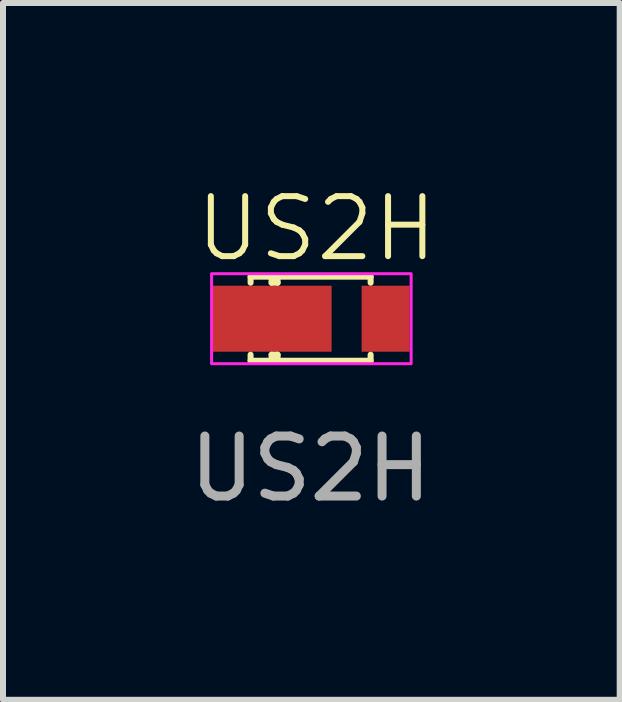
<source format=kicad_pcb>
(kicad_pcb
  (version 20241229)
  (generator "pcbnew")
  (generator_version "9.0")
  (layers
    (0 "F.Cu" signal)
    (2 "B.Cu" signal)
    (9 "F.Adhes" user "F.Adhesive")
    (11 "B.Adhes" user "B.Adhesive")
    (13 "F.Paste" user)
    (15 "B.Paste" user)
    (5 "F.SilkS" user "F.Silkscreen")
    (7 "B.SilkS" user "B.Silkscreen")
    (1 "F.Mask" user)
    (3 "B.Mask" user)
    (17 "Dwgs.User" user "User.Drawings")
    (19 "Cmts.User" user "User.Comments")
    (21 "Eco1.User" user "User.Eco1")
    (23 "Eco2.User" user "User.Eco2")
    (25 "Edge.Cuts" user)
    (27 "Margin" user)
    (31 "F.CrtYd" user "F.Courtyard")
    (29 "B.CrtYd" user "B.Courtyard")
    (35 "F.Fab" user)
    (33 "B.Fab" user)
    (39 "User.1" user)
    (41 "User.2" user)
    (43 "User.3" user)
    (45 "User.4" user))
  (footprint "US2H"
    (layer "F.Cu")
    (at 2.125 2.26)
    (property "Reference" "US2H" (at 0.1 -1.5 0) (unlocked yes) (layer "F.SilkS") (effects (font (size 1 1) (thickness 0.1))))
    (attr smd)
    (fp_line (start -1 -0.7) (end 1 -0.7) (stroke (width 0.1) (type default)) (layer "F.SilkS"))
    (fp_line (start -1 -0.6) (end -1 -0.7) (stroke (width 0.1) (type default)) (layer "F.SilkS"))
    (fp_line (start -1 0.7) (end -1 0.6) (stroke (width 0.1) (type default)) (layer "F.SilkS"))
    (fp_line (start -0.65 -0.7) (end -0.65 -0.6) (stroke (width 0.1) (type default)) (layer "F.SilkS"))
    (fp_line (start -0.65 -0.6) (end -0.55 -0.6) (stroke (width 0.1) (type default)) (layer "F.SilkS"))
    (fp_line (start -0.65 0.6) (end -0.55 0.6) (stroke (width 0.1) (type default)) (layer "F.SilkS"))
    (fp_line (start -0.65 0.7) (end -0.65 0.6) (stroke (width 0.1) (type default)) (layer "F.SilkS"))
    (fp_line (start -0.55 -0.7) (end -0.65 -0.7) (stroke (width 0.1) (type default)) (layer "F.SilkS"))
    (fp_line (start -0.55 -0.6) (end -0.55 -0.7) (stroke (width 0.1) (type default)) (layer "F.SilkS"))
    (fp_line (start -0.55 0.6) (end -0.55 0.7) (stroke (width 0.1) (type default)) (layer "F.SilkS"))
    (fp_line (start -0.55 0.7) (end -0.65 0.7) (stroke (width 0.1) (type default)) (layer "F.SilkS"))
    (fp_line (start 1 -0.7) (end 1 -0.6) (stroke (width 0.1) (type default)) (layer "F.SilkS"))
    (fp_line (start 1 0.6) (end 1 0.7) (stroke (width 0.1) (type default)) (layer "F.SilkS"))
    (fp_line (start 1 0.7) (end -1 0.7) (stroke (width 0.1) (type default)) (layer "F.SilkS"))
    (fp_rect (start -1.65 -0.75) (end 1.675 0.75) (stroke (width 0.05) (type default)) (fill no) (layer "F.CrtYd"))
    (fp_text user "${REFERENCE}" (at 0 2.5 0) (unlocked yes) (layer "F.Fab") (effects (font (size 1 1) (thickness 0.15))))
    (pad "1" smd rect (at -0.65 0) (size 2 1.1) (layers "F.Cu" "F.Mask" "F.Paste"))
    (pad "2" smd rect (at 1.25 0) (size 0.8 1.1) (layers "F.Cu" "F.Mask" "F.Paste")))
  (gr_rect
    (start -3 -3)
    (end 7.275 8.609)
    (stroke (width 0.1) (type default))
    (fill no)
    (layer "Edge.Cuts")))
</source>
